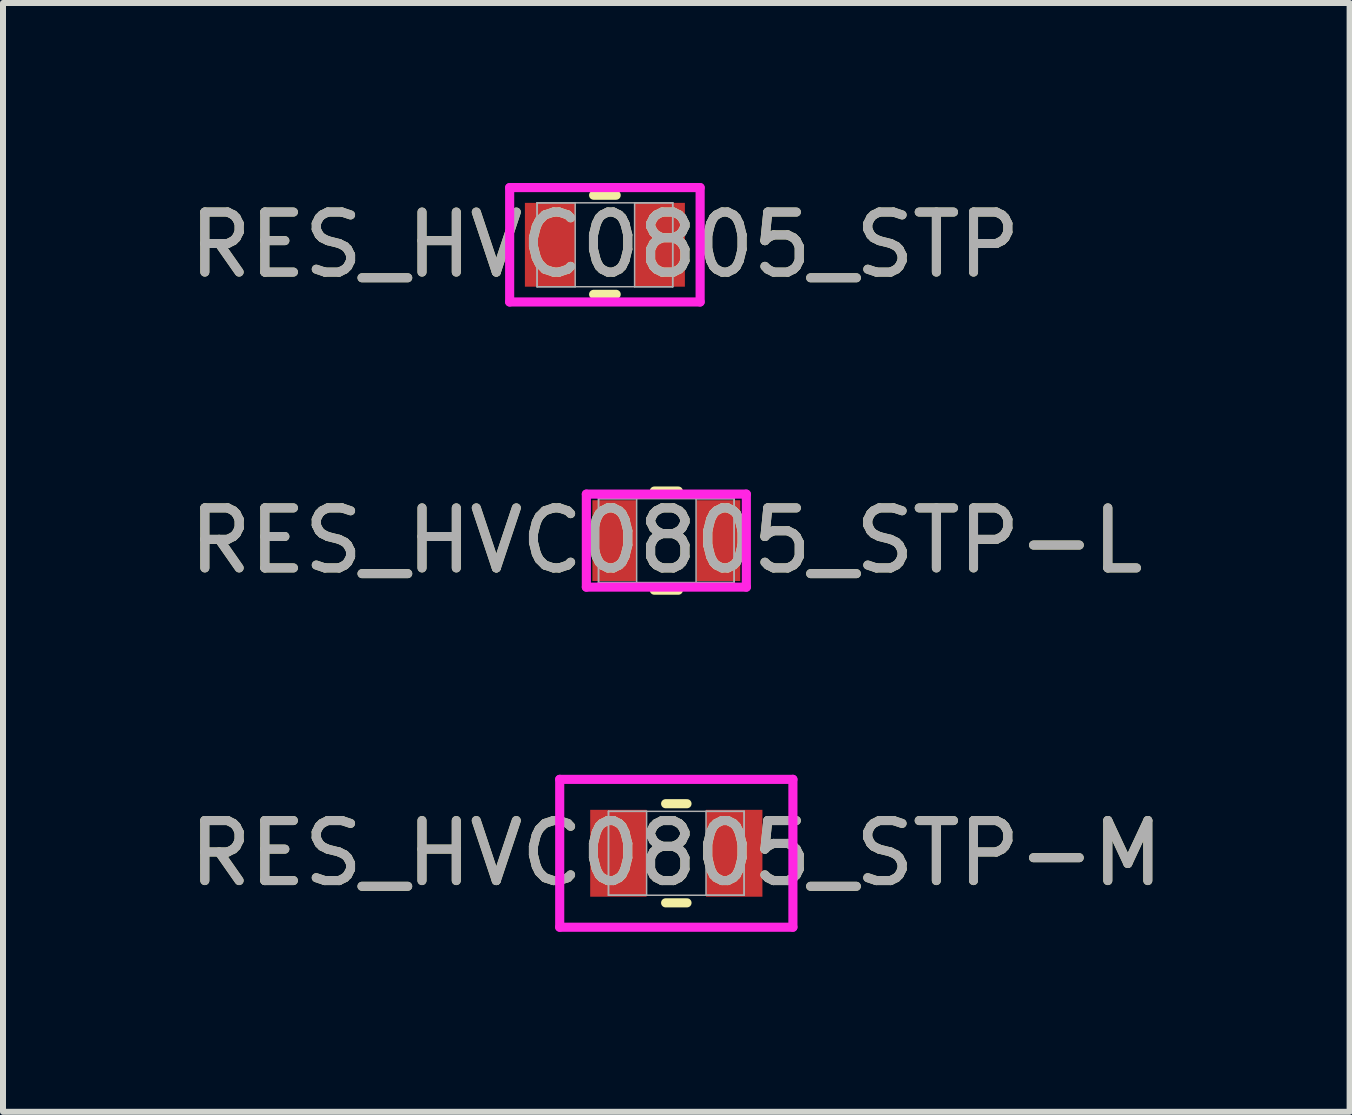
<source format=kicad_pcb>
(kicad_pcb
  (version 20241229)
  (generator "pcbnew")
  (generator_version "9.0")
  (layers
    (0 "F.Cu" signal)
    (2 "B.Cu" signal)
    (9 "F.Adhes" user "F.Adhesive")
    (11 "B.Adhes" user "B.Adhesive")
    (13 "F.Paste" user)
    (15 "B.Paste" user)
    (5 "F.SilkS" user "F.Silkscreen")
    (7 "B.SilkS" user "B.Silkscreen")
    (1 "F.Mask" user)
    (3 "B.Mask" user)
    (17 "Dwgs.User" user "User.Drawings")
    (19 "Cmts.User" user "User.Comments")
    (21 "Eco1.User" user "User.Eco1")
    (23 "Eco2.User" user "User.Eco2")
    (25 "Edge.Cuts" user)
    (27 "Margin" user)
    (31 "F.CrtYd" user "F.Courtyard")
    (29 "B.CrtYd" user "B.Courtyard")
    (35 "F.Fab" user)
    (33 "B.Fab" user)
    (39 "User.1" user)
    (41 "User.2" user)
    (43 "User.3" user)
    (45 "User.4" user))
  (footprint "RES_HVC0805_STP-M"
    (layer "F.Cu")
    (at 8.22 11.169)
    (property "Reference" "RES_HVC0805_STP-M" (at 0 0 0) (unlocked yes) (layer "F.SilkS") (effects (font (size 1 1) (thickness 0.15))))
    (attr smd)
    (fp_line (start -0.178 0.826) (end 0.178 0.826) (stroke (width 0.152) (type solid)) (layer "F.SilkS"))
    (fp_line (start 0.178 -0.826) (end -0.178 -0.826) (stroke (width 0.152) (type solid)) (layer "F.SilkS"))
    (fp_line (start -1.943 -1.232) (end 1.943 -1.232) (stroke (width 0.152) (type solid)) (layer "F.CrtYd"))
    (fp_line (start -1.943 1.232) (end -1.943 -1.232) (stroke (width 0.152) (type solid)) (layer "F.CrtYd"))
    (fp_line (start 1.943 -1.232) (end 1.943 1.232) (stroke (width 0.152) (type solid)) (layer "F.CrtYd"))
    (fp_line (start 1.943 1.232) (end -1.943 1.232) (stroke (width 0.152) (type solid)) (layer "F.CrtYd"))
    (fp_line (start -1.13 -0.699) (end -1.13 0.699) (stroke (width 0.025) (type solid)) (layer "F.Fab"))
    (fp_line (start -1.13 -0.699) (end -1.13 0.699) (stroke (width 0.025) (type solid)) (layer "F.Fab"))
    (fp_line (start -1.13 0.699) (end -0.495 0.699) (stroke (width 0.025) (type solid)) (layer "F.Fab"))
    (fp_line (start -1.13 0.699) (end 1.13 0.699) (stroke (width 0.025) (type solid)) (layer "F.Fab"))
    (fp_line (start -0.495 -0.699) (end -1.13 -0.699) (stroke (width 0.025) (type solid)) (layer "F.Fab"))
    (fp_line (start -0.495 0.699) (end -0.495 -0.699) (stroke (width 0.025) (type solid)) (layer "F.Fab"))
    (fp_line (start 0.495 -0.699) (end 0.495 0.699) (stroke (width 0.025) (type solid)) (layer "F.Fab"))
    (fp_line (start 0.495 0.699) (end 1.13 0.699) (stroke (width 0.025) (type solid)) (layer "F.Fab"))
    (fp_line (start 1.13 -0.699) (end -1.13 -0.699) (stroke (width 0.025) (type solid)) (layer "F.Fab"))
    (fp_line (start 1.13 -0.699) (end 0.495 -0.699) (stroke (width 0.025) (type solid)) (layer "F.Fab"))
    (fp_line (start 1.13 0.699) (end 1.13 -0.699) (stroke (width 0.025) (type solid)) (layer "F.Fab"))
    (fp_line (start 1.13 0.699) (end 1.13 -0.699) (stroke (width 0.025) (type solid)) (layer "F.Fab"))
    (fp_text user "${REFERENCE}" (at 0 0 0) (unlocked yes) (layer "F.Fab") (effects (font (size 1 1) (thickness 0.15))))
    (pad "1" smd rect (at -0.965 0) (size 0.94 1.448) (layers "F.Cu" "F.Mask" "F.Paste"))
    (pad "2" smd rect (at 0.965 0) (size 0.94 1.448) (layers "F.Cu" "F.Mask" "F.Paste"))
    (zone (net_name "") (layer "F.Cu") (hatch full 0.508) (connect_pads) (min_thickness 0.254) (filled_areas_thickness no) (keepout (tracks not_allowed) (vias not_allowed) (pads allowed) (copperpour not_allowed) (footprints allowed)) (placement (enabled no)) (fill) (polygon (pts (xy 7.776 10.521) (xy 8.665 10.521) (xy 8.665 11.817) (xy 7.776 11.817)))))
  (footprint "RES_HVC0805_STP-L"
    (layer "F.Cu")
    (at 8.054 5.959)
    (property "Reference" "RES_HVC0805_STP-L" (at 0 0 0) (unlocked yes) (layer "F.SilkS") (effects (font (size 1 1) (thickness 0.15))))
    (attr smd)
    (fp_line (start -0.2 0.826) (end 0.2 0.826) (stroke (width 0.152) (type solid)) (layer "F.SilkS"))
    (fp_line (start 0.2 -0.826) (end -0.2 -0.826) (stroke (width 0.152) (type solid)) (layer "F.SilkS"))
    (fp_line (start -1.333 -0.775) (end 1.333 -0.775) (stroke (width 0.152) (type solid)) (layer "F.CrtYd"))
    (fp_line (start -1.333 0.775) (end -1.333 -0.775) (stroke (width 0.152) (type solid)) (layer "F.CrtYd"))
    (fp_line (start 1.333 -0.775) (end 1.333 0.775) (stroke (width 0.152) (type solid)) (layer "F.CrtYd"))
    (fp_line (start 1.333 0.775) (end -1.333 0.775) (stroke (width 0.152) (type solid)) (layer "F.CrtYd"))
    (fp_line (start -1.13 -0.699) (end -1.13 0.699) (stroke (width 0.025) (type solid)) (layer "F.Fab"))
    (fp_line (start -1.13 -0.699) (end -1.13 0.699) (stroke (width 0.025) (type solid)) (layer "F.Fab"))
    (fp_line (start -1.13 0.699) (end -0.495 0.699) (stroke (width 0.025) (type solid)) (layer "F.Fab"))
    (fp_line (start -1.13 0.699) (end 1.13 0.699) (stroke (width 0.025) (type solid)) (layer "F.Fab"))
    (fp_line (start -0.495 -0.699) (end -1.13 -0.699) (stroke (width 0.025) (type solid)) (layer "F.Fab"))
    (fp_line (start -0.495 0.699) (end -0.495 -0.699) (stroke (width 0.025) (type solid)) (layer "F.Fab"))
    (fp_line (start 0.495 -0.699) (end 0.495 0.699) (stroke (width 0.025) (type solid)) (layer "F.Fab"))
    (fp_line (start 0.495 0.699) (end 1.13 0.699) (stroke (width 0.025) (type solid)) (layer "F.Fab"))
    (fp_line (start 1.13 -0.699) (end -1.13 -0.699) (stroke (width 0.025) (type solid)) (layer "F.Fab"))
    (fp_line (start 1.13 -0.699) (end 0.495 -0.699) (stroke (width 0.025) (type solid)) (layer "F.Fab"))
    (fp_line (start 1.13 0.699) (end 1.13 -0.699) (stroke (width 0.025) (type solid)) (layer "F.Fab"))
    (fp_line (start 1.13 0.699) (end 1.13 -0.699) (stroke (width 0.025) (type solid)) (layer "F.Fab"))
    (fp_text user "${REFERENCE}" (at 0 0 0) (unlocked yes) (layer "F.Fab") (effects (font (size 1 1) (thickness 0.15))))
    (pad "1" smd rect (at -0.864 0) (size 0.737 1.346) (layers "F.Cu" "F.Mask" "F.Paste"))
    (pad "2" smd rect (at 0.864 0) (size 0.737 1.346) (layers "F.Cu" "F.Mask" "F.Paste"))
    (zone (net_name "") (layer "F.Cu") (hatch full 0.508) (connect_pads) (min_thickness 0.254) (filled_areas_thickness no) (keepout (tracks not_allowed) (vias not_allowed) (pads allowed) (copperpour not_allowed) (footprints allowed)) (placement (enabled no)) (fill) (polygon (pts (xy 7.609 5.311) (xy 8.498 5.311) (xy 8.498 6.607) (xy 7.609 6.607)))))
  (footprint "RES_HVC0805_STP"
    (layer "F.Cu")
    (at 7.03 1.029)
    (property "Reference" "RES_HVC0805_STP" (at 0 0 0) (unlocked yes) (layer "F.SilkS") (effects (font (size 1 1) (thickness 0.15))))
    (attr smd)
    (fp_line (start -0.188 0.826) (end 0.188 0.826) (stroke (width 0.152) (type solid)) (layer "F.SilkS"))
    (fp_line (start 0.188 -0.826) (end -0.188 -0.826) (stroke (width 0.152) (type solid)) (layer "F.SilkS"))
    (fp_line (start -1.587 -0.953) (end 1.587 -0.953) (stroke (width 0.152) (type solid)) (layer "F.CrtYd"))
    (fp_line (start -1.587 0.953) (end -1.587 -0.953) (stroke (width 0.152) (type solid)) (layer "F.CrtYd"))
    (fp_line (start 1.587 -0.953) (end 1.587 0.953) (stroke (width 0.152) (type solid)) (layer "F.CrtYd"))
    (fp_line (start 1.587 0.953) (end -1.587 0.953) (stroke (width 0.152) (type solid)) (layer "F.CrtYd"))
    (fp_line (start -1.13 -0.699) (end -1.13 0.699) (stroke (width 0.025) (type solid)) (layer "F.Fab"))
    (fp_line (start -1.13 -0.699) (end -1.13 0.699) (stroke (width 0.025) (type solid)) (layer "F.Fab"))
    (fp_line (start -1.13 0.699) (end -0.495 0.699) (stroke (width 0.025) (type solid)) (layer "F.Fab"))
    (fp_line (start -1.13 0.699) (end 1.13 0.699) (stroke (width 0.025) (type solid)) (layer "F.Fab"))
    (fp_line (start -0.495 -0.699) (end -1.13 -0.699) (stroke (width 0.025) (type solid)) (layer "F.Fab"))
    (fp_line (start -0.495 0.699) (end -0.495 -0.699) (stroke (width 0.025) (type solid)) (layer "F.Fab"))
    (fp_line (start 0.495 -0.699) (end 0.495 0.699) (stroke (width 0.025) (type solid)) (layer "F.Fab"))
    (fp_line (start 0.495 0.699) (end 1.13 0.699) (stroke (width 0.025) (type solid)) (layer "F.Fab"))
    (fp_line (start 1.13 -0.699) (end -1.13 -0.699) (stroke (width 0.025) (type solid)) (layer "F.Fab"))
    (fp_line (start 1.13 -0.699) (end 0.495 -0.699) (stroke (width 0.025) (type solid)) (layer "F.Fab"))
    (fp_line (start 1.13 0.699) (end 1.13 -0.699) (stroke (width 0.025) (type solid)) (layer "F.Fab"))
    (fp_line (start 1.13 0.699) (end 1.13 -0.699) (stroke (width 0.025) (type solid)) (layer "F.Fab"))
    (fp_text user "${REFERENCE}" (at 0 0 0) (unlocked yes) (layer "F.Fab") (effects (font (size 1 1) (thickness 0.15))))
    (pad "1" smd rect (at -0.914 0) (size 0.838 1.397) (layers "F.Cu" "F.Mask" "F.Paste"))
    (pad "2" smd rect (at 0.914 0) (size 0.838 1.397) (layers "F.Cu" "F.Mask" "F.Paste"))
    (zone (net_name "") (layer "F.Cu") (hatch full 0.508) (connect_pads) (min_thickness 0.254) (filled_areas_thickness no) (keepout (tracks not_allowed) (vias not_allowed) (pads allowed) (copperpour not_allowed) (footprints allowed)) (placement (enabled no)) (fill) (polygon (pts (xy 6.585 0.381) (xy 7.474 0.381) (xy 7.474 1.676) (xy 6.585 1.676)))))
  (gr_rect
    (start -3 -3)
    (end 19.44 15.477)
    (stroke (width 0.1) (type default))
    (fill no)
    (layer "Edge.Cuts")))
</source>
